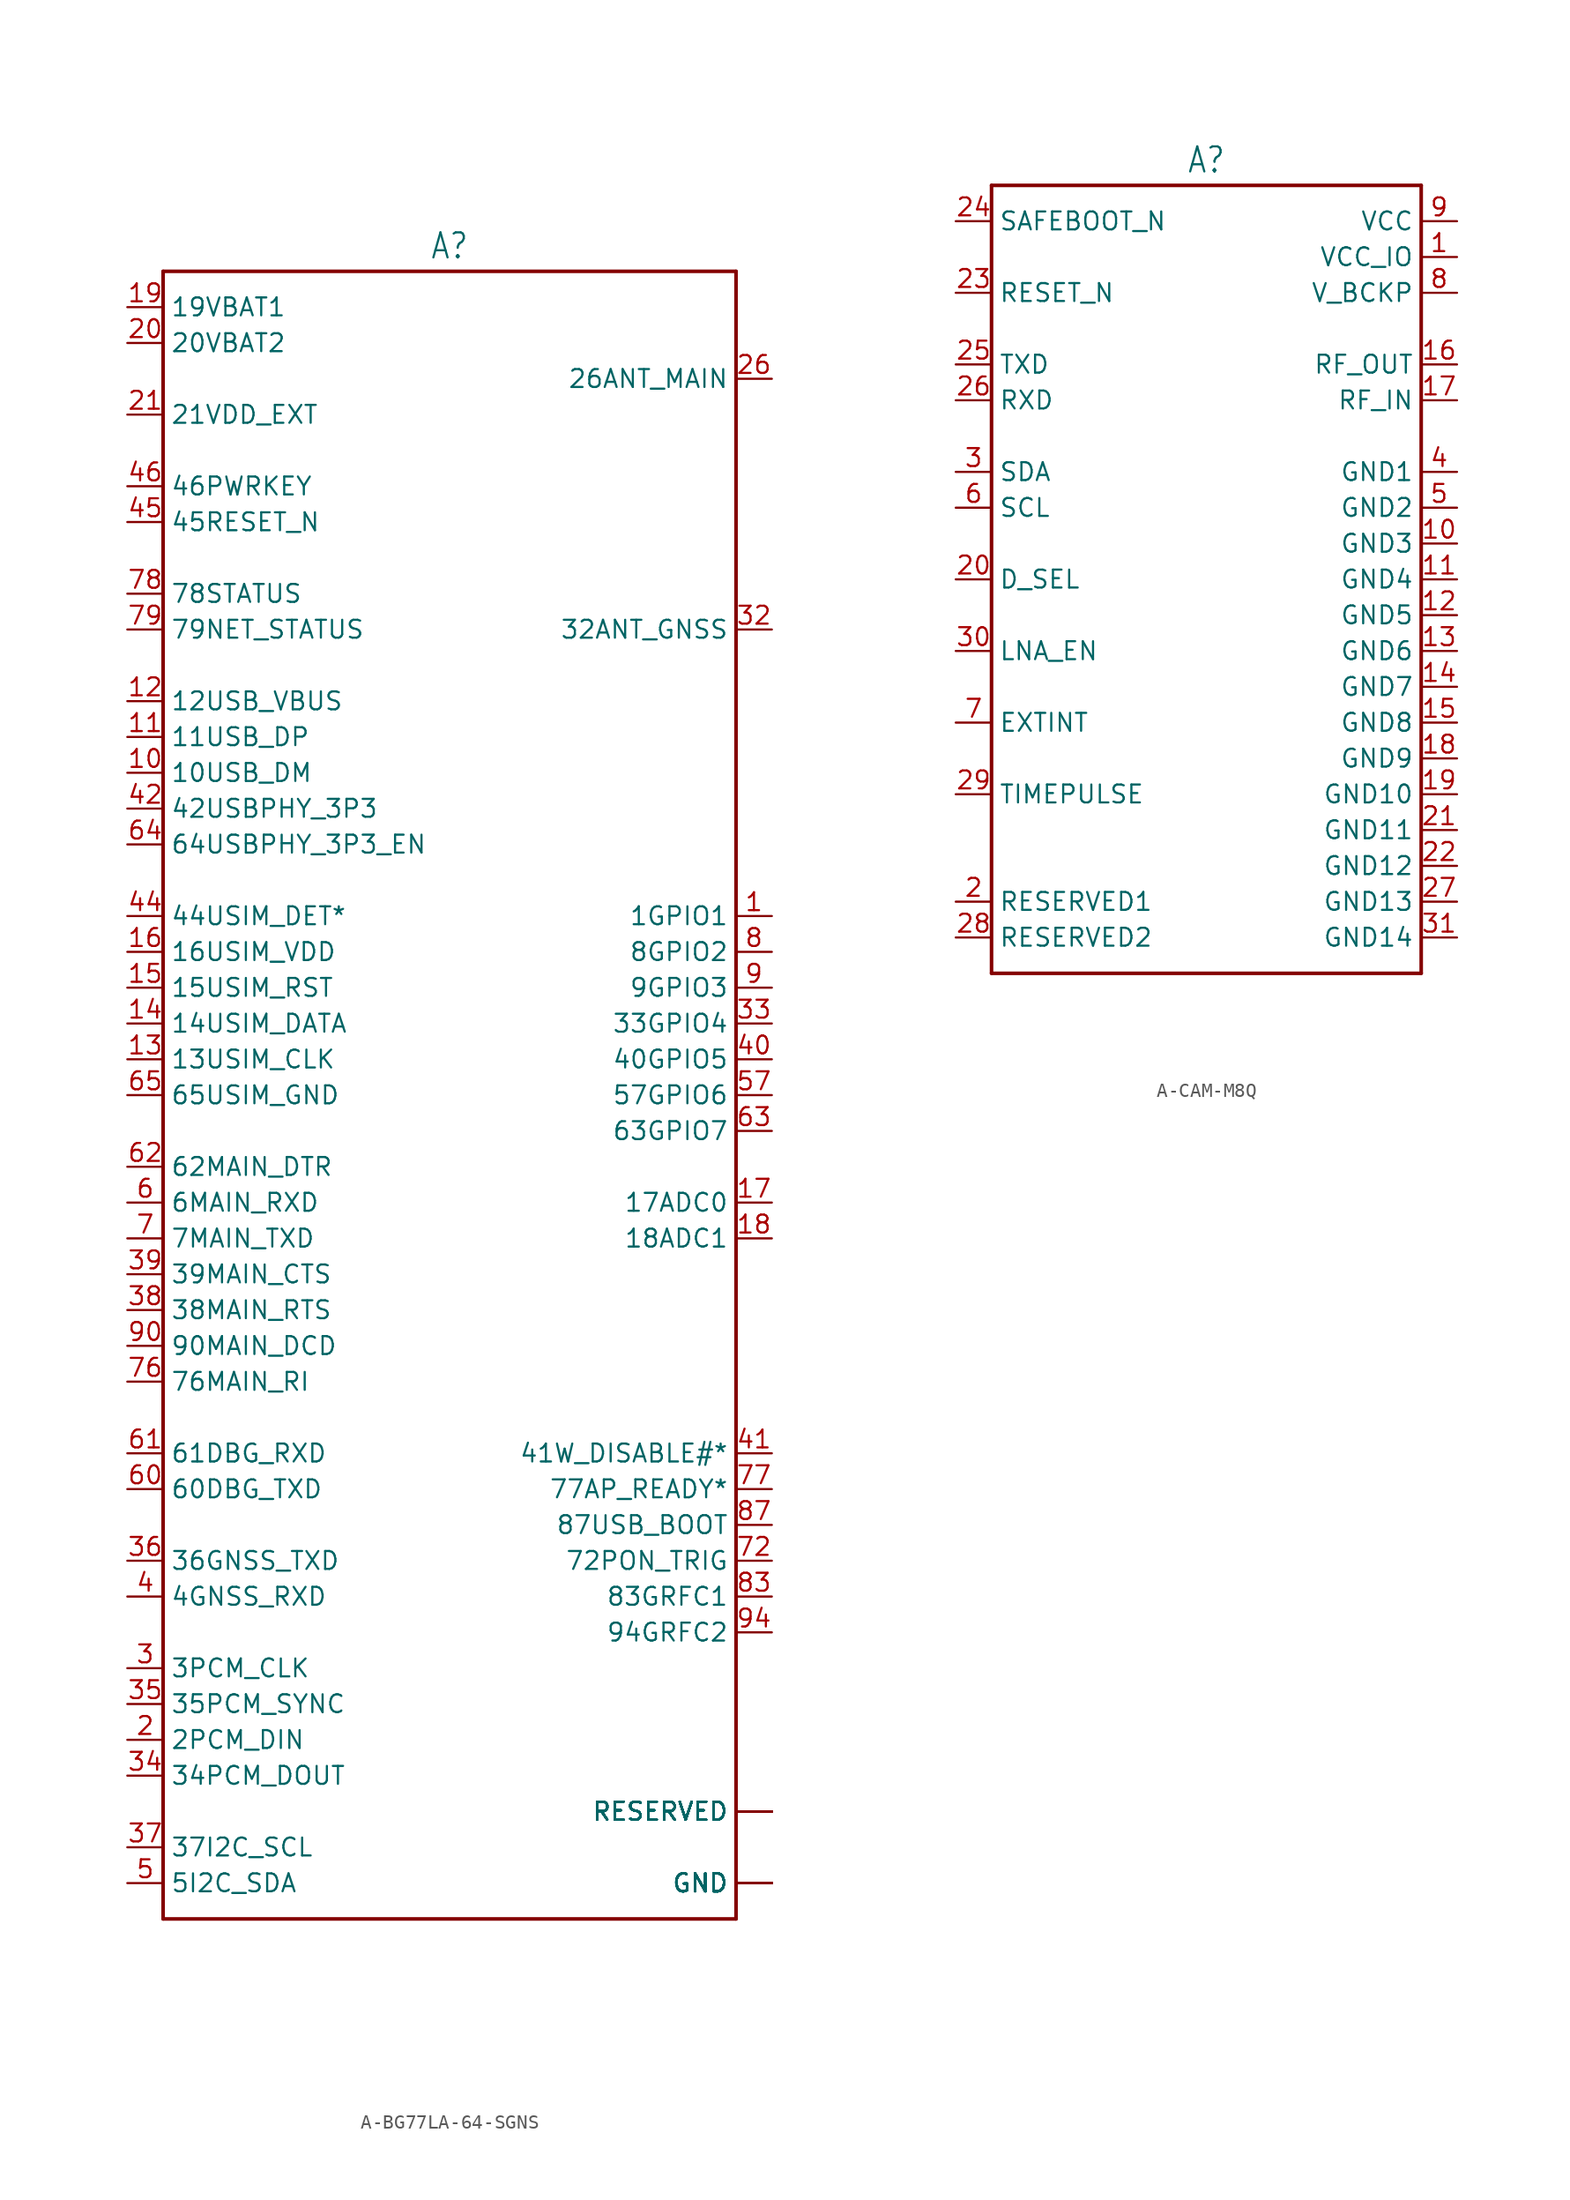
<source format=kicad_sym>
(kicad_symbol_lib
  (version 20231120)
  (generator "kicad_symbol_editor")
  (generator_version "8.0")
  (symbol "A-BG77LA-64-SGNS"
    (property "Reference" "A"
      (at 0 59.182 0)
      (effects (font (size 1.778 1.511)) (justify bottom)))
    (property "Value" ""
      (at 0 -59.182 0)
      (effects (font (size 1.778 1.511)) (justify top)))
    (property "ki_locked" ""
      (at 0 0 0)
      (effects (font (size 1.27 1.27))))
    (symbol "A-BG77LA-64-SGNS_1_0"
      (polyline (pts (xy -20.32 -58.42) (xy 20.32 -58.42)) (stroke (width 0.254) (type solid)) (fill (type none)))
      (polyline (pts (xy -20.32 58.42) (xy -20.32 -58.42)) (stroke (width 0.254) (type solid)) (fill (type none)))
      (polyline (pts (xy 20.32 -58.42) (xy 20.32 58.42)) (stroke (width 0.254) (type solid)) (fill (type none)))
      (polyline (pts (xy 20.32 58.42) (xy -20.32 58.42)) (stroke (width 0.254) (type solid)) (fill (type none)))
      (pin passive line (at 22.86 12.7 180) (length 2.54) (name "1GPIO1" (effects (font (size 1.27 1.27)))) (number "1" (effects (font (size 1.27 1.27)))))
      (pin passive line (at -22.86 22.86 0) (length 2.54) (name "10USB_DM" (effects (font (size 1.27 1.27)))) (number "10" (effects (font (size 1.27 1.27)))))
      (pin passive line (at -22.86 25.4 0) (length 2.54) (name "11USB_DP" (effects (font (size 1.27 1.27)))) (number "11" (effects (font (size 1.27 1.27)))))
      (pin passive line (at -22.86 27.94 0) (length 2.54) (name "12USB_VBUS" (effects (font (size 1.27 1.27)))) (number "12" (effects (font (size 1.27 1.27)))))
      (pin passive line (at -22.86 2.54 0) (length 2.54) (name "13USIM_CLK" (effects (font (size 1.27 1.27)))) (number "13" (effects (font (size 1.27 1.27)))))
      (pin passive line (at -22.86 5.08 0) (length 2.54) (name "14USIM_DATA" (effects (font (size 1.27 1.27)))) (number "14" (effects (font (size 1.27 1.27)))))
      (pin passive line (at -22.86 7.62 0) (length 2.54) (name "15USIM_RST" (effects (font (size 1.27 1.27)))) (number "15" (effects (font (size 1.27 1.27)))))
      (pin passive line (at -22.86 10.16 0) (length 2.54) (name "16USIM_VDD" (effects (font (size 1.27 1.27)))) (number "16" (effects (font (size 1.27 1.27)))))
      (pin passive line (at 22.86 -7.62 180) (length 2.54) (name "17ADC0" (effects (font (size 1.27 1.27)))) (number "17" (effects (font (size 1.27 1.27)))))
      (pin passive line (at 22.86 -10.16 180) (length 2.54) (name "18ADC1" (effects (font (size 1.27 1.27)))) (number "18" (effects (font (size 1.27 1.27)))))
      (pin passive line (at -22.86 55.88 0) (length 2.54) (name "19VBAT1" (effects (font (size 1.27 1.27)))) (number "19" (effects (font (size 1.27 1.27)))))
      (pin passive line (at -22.86 -45.72 0) (length 2.54) (name "2PCM_DIN" (effects (font (size 1.27 1.27)))) (number "2" (effects (font (size 1.27 1.27)))))
      (pin passive line (at -22.86 53.34 0) (length 2.54) (name "20VBAT2" (effects (font (size 1.27 1.27)))) (number "20" (effects (font (size 1.27 1.27)))))
      (pin passive line (at -22.86 48.26 0) (length 2.54) (name "21VDD_EXT" (effects (font (size 1.27 1.27)))) (number "21" (effects (font (size 1.27 1.27)))))
      (pin passive line (at 22.86 -55.88 180) (length 2.54) (name "GND" (effects (font (size 1.27 1.27)))) (number "22" (effects (font (size 0 0)))))
      (pin passive line (at 22.86 -55.88 180) (length 2.54) (name "GND" (effects (font (size 1.27 1.27)))) (number "23" (effects (font (size 0 0)))))
      (pin passive line (at 22.86 -55.88 180) (length 2.54) (name "GND" (effects (font (size 1.27 1.27)))) (number "24" (effects (font (size 0 0)))))
      (pin passive line (at 22.86 -55.88 180) (length 2.54) (name "GND" (effects (font (size 1.27 1.27)))) (number "25" (effects (font (size 0 0)))))
      (pin passive line (at 22.86 50.8 180) (length 2.54) (name "26ANT_MAIN" (effects (font (size 1.27 1.27)))) (number "26" (effects (font (size 1.27 1.27)))))
      (pin passive line (at 22.86 -55.88 180) (length 2.54) (name "GND" (effects (font (size 1.27 1.27)))) (number "27" (effects (font (size 0 0)))))
      (pin passive line (at 22.86 -55.88 180) (length 2.54) (name "GND" (effects (font (size 1.27 1.27)))) (number "28" (effects (font (size 0 0)))))
      (pin passive line (at 22.86 -50.8 180) (length 2.54) (name "RESERVED" (effects (font (size 1.27 1.27)))) (number "29" (effects (font (size 0 0)))))
      (pin passive line (at -22.86 -40.64 0) (length 2.54) (name "3PCM_CLK" (effects (font (size 1.27 1.27)))) (number "3" (effects (font (size 1.27 1.27)))))
      (pin passive line (at 22.86 -55.88 180) (length 2.54) (name "GND" (effects (font (size 1.27 1.27)))) (number "30" (effects (font (size 0 0)))))
      (pin passive line (at 22.86 -55.88 180) (length 2.54) (name "GND" (effects (font (size 1.27 1.27)))) (number "31" (effects (font (size 0 0)))))
      (pin passive line (at 22.86 33.02 180) (length 2.54) (name "32ANT_GNSS" (effects (font (size 1.27 1.27)))) (number "32" (effects (font (size 1.27 1.27)))))
      (pin passive line (at 22.86 5.08 180) (length 2.54) (name "33GPIO4" (effects (font (size 1.27 1.27)))) (number "33" (effects (font (size 1.27 1.27)))))
      (pin passive line (at -22.86 -48.26 0) (length 2.54) (name "34PCM_DOUT" (effects (font (size 1.27 1.27)))) (number "34" (effects (font (size 1.27 1.27)))))
      (pin passive line (at -22.86 -43.18 0) (length 2.54) (name "35PCM_SYNC" (effects (font (size 1.27 1.27)))) (number "35" (effects (font (size 1.27 1.27)))))
      (pin passive line (at -22.86 -33.02 0) (length 2.54) (name "36GNSS_TXD" (effects (font (size 1.27 1.27)))) (number "36" (effects (font (size 1.27 1.27)))))
      (pin passive line (at -22.86 -53.34 0) (length 2.54) (name "37I2C_SCL" (effects (font (size 1.27 1.27)))) (number "37" (effects (font (size 1.27 1.27)))))
      (pin passive line (at -22.86 -15.24 0) (length 2.54) (name "38MAIN_RTS" (effects (font (size 1.27 1.27)))) (number "38" (effects (font (size 1.27 1.27)))))
      (pin passive line (at -22.86 -12.7 0) (length 2.54) (name "39MAIN_CTS" (effects (font (size 1.27 1.27)))) (number "39" (effects (font (size 1.27 1.27)))))
      (pin passive line (at -22.86 -35.56 0) (length 2.54) (name "4GNSS_RXD" (effects (font (size 1.27 1.27)))) (number "4" (effects (font (size 1.27 1.27)))))
      (pin passive line (at 22.86 2.54 180) (length 2.54) (name "40GPIO5" (effects (font (size 1.27 1.27)))) (number "40" (effects (font (size 1.27 1.27)))))
      (pin passive line (at 22.86 -25.4 180) (length 2.54) (name "41W_DISABLE#*" (effects (font (size 1.27 1.27)))) (number "41" (effects (font (size 1.27 1.27)))))
      (pin passive line (at -22.86 20.32 0) (length 2.54) (name "42USBPHY_3P3" (effects (font (size 1.27 1.27)))) (number "42" (effects (font (size 1.27 1.27)))))
      (pin passive line (at 22.86 -55.88 180) (length 2.54) (name "GND" (effects (font (size 1.27 1.27)))) (number "43" (effects (font (size 0 0)))))
      (pin passive line (at -22.86 12.7 0) (length 2.54) (name "44USIM_DET*" (effects (font (size 1.27 1.27)))) (number "44" (effects (font (size 1.27 1.27)))))
      (pin passive line (at -22.86 40.64 0) (length 2.54) (name "45RESET_N" (effects (font (size 1.27 1.27)))) (number "45" (effects (font (size 1.27 1.27)))))
      (pin passive line (at -22.86 43.18 0) (length 2.54) (name "46PWRKEY" (effects (font (size 1.27 1.27)))) (number "46" (effects (font (size 1.27 1.27)))))
      (pin passive line (at 22.86 -55.88 180) (length 2.54) (name "GND" (effects (font (size 1.27 1.27)))) (number "47" (effects (font (size 0 0)))))
      (pin passive line (at 22.86 -50.8 180) (length 2.54) (name "RESERVED" (effects (font (size 1.27 1.27)))) (number "48" (effects (font (size 0 0)))))
      (pin passive line (at 22.86 -50.8 180) (length 2.54) (name "RESERVED" (effects (font (size 1.27 1.27)))) (number "49" (effects (font (size 0 0)))))
      (pin passive line (at -22.86 -55.88 0) (length 2.54) (name "5I2C_SDA" (effects (font (size 1.27 1.27)))) (number "5" (effects (font (size 1.27 1.27)))))
      (pin passive line (at 22.86 -50.8 180) (length 2.54) (name "RESERVED" (effects (font (size 1.27 1.27)))) (number "50" (effects (font (size 0 0)))))
      (pin passive line (at 22.86 -50.8 180) (length 2.54) (name "RESERVED" (effects (font (size 1.27 1.27)))) (number "51" (effects (font (size 0 0)))))
      (pin passive line (at 22.86 -55.88 180) (length 2.54) (name "GND" (effects (font (size 1.27 1.27)))) (number "52" (effects (font (size 0 0)))))
      (pin passive line (at 22.86 -55.88 180) (length 2.54) (name "GND" (effects (font (size 1.27 1.27)))) (number "53" (effects (font (size 0 0)))))
      (pin passive line (at 22.86 -55.88 180) (length 2.54) (name "GND" (effects (font (size 1.27 1.27)))) (number "54" (effects (font (size 0 0)))))
      (pin passive line (at 22.86 -55.88 180) (length 2.54) (name "GND" (effects (font (size 1.27 1.27)))) (number "55" (effects (font (size 0 0)))))
      (pin passive line (at 22.86 -55.88 180) (length 2.54) (name "GND" (effects (font (size 1.27 1.27)))) (number "56" (effects (font (size 0 0)))))
      (pin passive line (at 22.86 0 180) (length 2.54) (name "57GPIO6" (effects (font (size 1.27 1.27)))) (number "57" (effects (font (size 1.27 1.27)))))
      (pin passive line (at 22.86 -55.88 180) (length 2.54) (name "GND" (effects (font (size 1.27 1.27)))) (number "58" (effects (font (size 0 0)))))
      (pin passive line (at 22.86 -50.8 180) (length 2.54) (name "RESERVED" (effects (font (size 1.27 1.27)))) (number "59" (effects (font (size 0 0)))))
      (pin passive line (at -22.86 -7.62 0) (length 2.54) (name "6MAIN_RXD" (effects (font (size 1.27 1.27)))) (number "6" (effects (font (size 1.27 1.27)))))
      (pin passive line (at -22.86 -27.94 0) (length 2.54) (name "60DBG_TXD" (effects (font (size 1.27 1.27)))) (number "60" (effects (font (size 1.27 1.27)))))
      (pin passive line (at -22.86 -25.4 0) (length 2.54) (name "61DBG_RXD" (effects (font (size 1.27 1.27)))) (number "61" (effects (font (size 1.27 1.27)))))
      (pin passive line (at -22.86 -5.08 0) (length 2.54) (name "62MAIN_DTR" (effects (font (size 1.27 1.27)))) (number "62" (effects (font (size 1.27 1.27)))))
      (pin passive line (at 22.86 -2.54 180) (length 2.54) (name "63GPIO7" (effects (font (size 1.27 1.27)))) (number "63" (effects (font (size 1.27 1.27)))))
      (pin passive line (at -22.86 17.78 0) (length 2.54) (name "64USBPHY_3P3_EN" (effects (font (size 1.27 1.27)))) (number "64" (effects (font (size 1.27 1.27)))))
      (pin passive line (at -22.86 0 0) (length 2.54) (name "65USIM_GND" (effects (font (size 1.27 1.27)))) (number "65" (effects (font (size 1.27 1.27)))))
      (pin passive line (at 22.86 -55.88 180) (length 2.54) (name "GND" (effects (font (size 1.27 1.27)))) (number "66" (effects (font (size 0 0)))))
      (pin passive line (at 22.86 -50.8 180) (length 2.54) (name "RESERVED" (effects (font (size 1.27 1.27)))) (number "67" (effects (font (size 0 0)))))
      (pin passive line (at 22.86 -50.8 180) (length 2.54) (name "RESERVED" (effects (font (size 1.27 1.27)))) (number "68" (effects (font (size 0 0)))))
      (pin passive line (at 22.86 -50.8 180) (length 2.54) (name "RESERVED" (effects (font (size 1.27 1.27)))) (number "69" (effects (font (size 0 0)))))
      (pin passive line (at -22.86 -10.16 0) (length 2.54) (name "7MAIN_TXD" (effects (font (size 1.27 1.27)))) (number "7" (effects (font (size 1.27 1.27)))))
      (pin passive line (at 22.86 -50.8 180) (length 2.54) (name "RESERVED" (effects (font (size 1.27 1.27)))) (number "70" (effects (font (size 0 0)))))
      (pin passive line (at 22.86 -50.8 180) (length 2.54) (name "RESERVED" (effects (font (size 1.27 1.27)))) (number "71" (effects (font (size 0 0)))))
      (pin passive line (at 22.86 -33.02 180) (length 2.54) (name "72PON_TRIG" (effects (font (size 1.27 1.27)))) (number "72" (effects (font (size 1.27 1.27)))))
      (pin passive line (at 22.86 -55.88 180) (length 2.54) (name "GND" (effects (font (size 1.27 1.27)))) (number "73" (effects (font (size 0 0)))))
      (pin passive line (at 22.86 -55.88 180) (length 2.54) (name "GND" (effects (font (size 1.27 1.27)))) (number "74" (effects (font (size 0 0)))))
      (pin passive line (at 22.86 -55.88 180) (length 2.54) (name "GND" (effects (font (size 1.27 1.27)))) (number "75" (effects (font (size 0 0)))))
      (pin passive line (at -22.86 -20.32 0) (length 2.54) (name "76MAIN_RI" (effects (font (size 1.27 1.27)))) (number "76" (effects (font (size 1.27 1.27)))))
      (pin passive line (at 22.86 -27.94 180) (length 2.54) (name "77AP_READY*" (effects (font (size 1.27 1.27)))) (number "77" (effects (font (size 1.27 1.27)))))
      (pin passive line (at -22.86 35.56 0) (length 2.54) (name "78STATUS" (effects (font (size 1.27 1.27)))) (number "78" (effects (font (size 1.27 1.27)))))
      (pin passive line (at -22.86 33.02 0) (length 2.54) (name "79NET_STATUS" (effects (font (size 1.27 1.27)))) (number "79" (effects (font (size 1.27 1.27)))))
      (pin passive line (at 22.86 10.16 180) (length 2.54) (name "8GPIO2" (effects (font (size 1.27 1.27)))) (number "8" (effects (font (size 1.27 1.27)))))
      (pin passive line (at 22.86 -50.8 180) (length 2.54) (name "RESERVED" (effects (font (size 1.27 1.27)))) (number "80" (effects (font (size 0 0)))))
      (pin passive line (at 22.86 -50.8 180) (length 2.54) (name "RESERVED" (effects (font (size 1.27 1.27)))) (number "81" (effects (font (size 0 0)))))
      (pin passive line (at 22.86 -50.8 180) (length 2.54) (name "RESERVED" (effects (font (size 1.27 1.27)))) (number "82" (effects (font (size 0 0)))))
      (pin passive line (at 22.86 -35.56 180) (length 2.54) (name "83GRFC1" (effects (font (size 1.27 1.27)))) (number "83" (effects (font (size 1.27 1.27)))))
      (pin passive line (at 22.86 -55.88 180) (length 2.54) (name "GND" (effects (font (size 1.27 1.27)))) (number "84" (effects (font (size 0 0)))))
      (pin passive line (at 22.86 -55.88 180) (length 2.54) (name "GND" (effects (font (size 1.27 1.27)))) (number "85" (effects (font (size 0 0)))))
      (pin passive line (at 22.86 -55.88 180) (length 2.54) (name "GND" (effects (font (size 1.27 1.27)))) (number "86" (effects (font (size 0 0)))))
      (pin passive line (at 22.86 -30.48 180) (length 2.54) (name "87USB_BOOT" (effects (font (size 1.27 1.27)))) (number "87" (effects (font (size 1.27 1.27)))))
      (pin passive line (at 22.86 -55.88 180) (length 2.54) (name "GND" (effects (font (size 1.27 1.27)))) (number "88" (effects (font (size 0 0)))))
      (pin passive line (at 22.86 -55.88 180) (length 2.54) (name "GND" (effects (font (size 1.27 1.27)))) (number "89" (effects (font (size 0 0)))))
      (pin passive line (at 22.86 7.62 180) (length 2.54) (name "9GPIO3" (effects (font (size 1.27 1.27)))) (number "9" (effects (font (size 1.27 1.27)))))
      (pin passive line (at -22.86 -17.78 0) (length 2.54) (name "90MAIN_DCD" (effects (font (size 1.27 1.27)))) (number "90" (effects (font (size 1.27 1.27)))))
      (pin passive line (at 22.86 -50.8 180) (length 2.54) (name "RESERVED" (effects (font (size 1.27 1.27)))) (number "91" (effects (font (size 0 0)))))
      (pin passive line (at 22.86 -50.8 180) (length 2.54) (name "RESERVED" (effects (font (size 1.27 1.27)))) (number "92" (effects (font (size 0 0)))))
      (pin passive line (at 22.86 -50.8 180) (length 2.54) (name "RESERVED" (effects (font (size 1.27 1.27)))) (number "93" (effects (font (size 0 0)))))
      (pin passive line (at 22.86 -38.1 180) (length 2.54) (name "94GRFC2" (effects (font (size 1.27 1.27)))) (number "94" (effects (font (size 1.27 1.27)))))))
  (symbol "A-CAM-M8Q"
    (property "Reference" "A"
      (at 0 28.702 0)
      (effects (font (size 1.778 1.511)) (justify bottom)))
    (property "Value" ""
      (at 0 -28.702 0)
      (effects (font (size 1.778 1.511)) (justify top)))
    (property "ki_locked" ""
      (at 0 0 0)
      (effects (font (size 1.27 1.27))))
    (symbol "A-CAM-M8Q_1_0"
      (polyline (pts (xy -15.24 -27.94) (xy -15.24 27.94)) (stroke (width 0.254) (type solid)) (fill (type none)))
      (polyline (pts (xy -15.24 27.94) (xy 15.24 27.94)) (stroke (width 0.254) (type solid)) (fill (type none)))
      (polyline (pts (xy 15.24 -27.94) (xy -15.24 -27.94)) (stroke (width 0.254) (type solid)) (fill (type none)))
      (polyline (pts (xy 15.24 27.94) (xy 15.24 -27.94)) (stroke (width 0.254) (type solid)) (fill (type none)))
      (pin passive line (at 17.78 22.86 180) (length 2.54) (name "VCC_IO" (effects (font (size 1.27 1.27)))) (number "1" (effects (font (size 1.27 1.27)))))
      (pin passive line (at 17.78 2.54 180) (length 2.54) (name "GND3" (effects (font (size 1.27 1.27)))) (number "10" (effects (font (size 1.27 1.27)))))
      (pin passive line (at 17.78 0 180) (length 2.54) (name "GND4" (effects (font (size 1.27 1.27)))) (number "11" (effects (font (size 1.27 1.27)))))
      (pin passive line (at 17.78 -2.54 180) (length 2.54) (name "GND5" (effects (font (size 1.27 1.27)))) (number "12" (effects (font (size 1.27 1.27)))))
      (pin passive line (at 17.78 -5.08 180) (length 2.54) (name "GND6" (effects (font (size 1.27 1.27)))) (number "13" (effects (font (size 1.27 1.27)))))
      (pin passive line (at 17.78 -7.62 180) (length 2.54) (name "GND7" (effects (font (size 1.27 1.27)))) (number "14" (effects (font (size 1.27 1.27)))))
      (pin passive line (at 17.78 -10.16 180) (length 2.54) (name "GND8" (effects (font (size 1.27 1.27)))) (number "15" (effects (font (size 1.27 1.27)))))
      (pin passive line (at 17.78 15.24 180) (length 2.54) (name "RF_OUT" (effects (font (size 1.27 1.27)))) (number "16" (effects (font (size 1.27 1.27)))))
      (pin passive line (at 17.78 12.7 180) (length 2.54) (name "RF_IN" (effects (font (size 1.27 1.27)))) (number "17" (effects (font (size 1.27 1.27)))))
      (pin passive line (at 17.78 -12.7 180) (length 2.54) (name "GND9" (effects (font (size 1.27 1.27)))) (number "18" (effects (font (size 1.27 1.27)))))
      (pin passive line (at 17.78 -15.24 180) (length 2.54) (name "GND10" (effects (font (size 1.27 1.27)))) (number "19" (effects (font (size 1.27 1.27)))))
      (pin passive line (at -17.78 -22.86 0) (length 2.54) (name "RESERVED1" (effects (font (size 1.27 1.27)))) (number "2" (effects (font (size 1.27 1.27)))))
      (pin passive line (at -17.78 0 0) (length 2.54) (name "D_SEL" (effects (font (size 1.27 1.27)))) (number "20" (effects (font (size 1.27 1.27)))))
      (pin passive line (at 17.78 -17.78 180) (length 2.54) (name "GND11" (effects (font (size 1.27 1.27)))) (number "21" (effects (font (size 1.27 1.27)))))
      (pin passive line (at 17.78 -20.32 180) (length 2.54) (name "GND12" (effects (font (size 1.27 1.27)))) (number "22" (effects (font (size 1.27 1.27)))))
      (pin passive line (at -17.78 20.32 0) (length 2.54) (name "RESET_N" (effects (font (size 1.27 1.27)))) (number "23" (effects (font (size 1.27 1.27)))))
      (pin passive line (at -17.78 25.4 0) (length 2.54) (name "SAFEBOOT_N" (effects (font (size 1.27 1.27)))) (number "24" (effects (font (size 1.27 1.27)))))
      (pin passive line (at -17.78 15.24 0) (length 2.54) (name "TXD" (effects (font (size 1.27 1.27)))) (number "25" (effects (font (size 1.27 1.27)))))
      (pin passive line (at -17.78 12.7 0) (length 2.54) (name "RXD" (effects (font (size 1.27 1.27)))) (number "26" (effects (font (size 1.27 1.27)))))
      (pin passive line (at 17.78 -22.86 180) (length 2.54) (name "GND13" (effects (font (size 1.27 1.27)))) (number "27" (effects (font (size 1.27 1.27)))))
      (pin passive line (at -17.78 -25.4 0) (length 2.54) (name "RESERVED2" (effects (font (size 1.27 1.27)))) (number "28" (effects (font (size 1.27 1.27)))))
      (pin passive line (at -17.78 -15.24 0) (length 2.54) (name "TIMEPULSE" (effects (font (size 1.27 1.27)))) (number "29" (effects (font (size 1.27 1.27)))))
      (pin passive line (at -17.78 7.62 0) (length 2.54) (name "SDA" (effects (font (size 1.27 1.27)))) (number "3" (effects (font (size 1.27 1.27)))))
      (pin passive line (at -17.78 -5.08 0) (length 2.54) (name "LNA_EN" (effects (font (size 1.27 1.27)))) (number "30" (effects (font (size 1.27 1.27)))))
      (pin passive line (at 17.78 -25.4 180) (length 2.54) (name "GND14" (effects (font (size 1.27 1.27)))) (number "31" (effects (font (size 1.27 1.27)))))
      (pin passive line (at 17.78 7.62 180) (length 2.54) (name "GND1" (effects (font (size 1.27 1.27)))) (number "4" (effects (font (size 1.27 1.27)))))
      (pin passive line (at 17.78 5.08 180) (length 2.54) (name "GND2" (effects (font (size 1.27 1.27)))) (number "5" (effects (font (size 1.27 1.27)))))
      (pin passive line (at -17.78 5.08 0) (length 2.54) (name "SCL" (effects (font (size 1.27 1.27)))) (number "6" (effects (font (size 1.27 1.27)))))
      (pin passive line (at -17.78 -10.16 0) (length 2.54) (name "EXTINT" (effects (font (size 1.27 1.27)))) (number "7" (effects (font (size 1.27 1.27)))))
      (pin passive line (at 17.78 20.32 180) (length 2.54) (name "V_BCKP" (effects (font (size 1.27 1.27)))) (number "8" (effects (font (size 1.27 1.27)))))
      (pin passive line (at 17.78 25.4 180) (length 2.54) (name "VCC" (effects (font (size 1.27 1.27)))) (number "9" (effects (font (size 1.27 1.27))))))))
</source>
